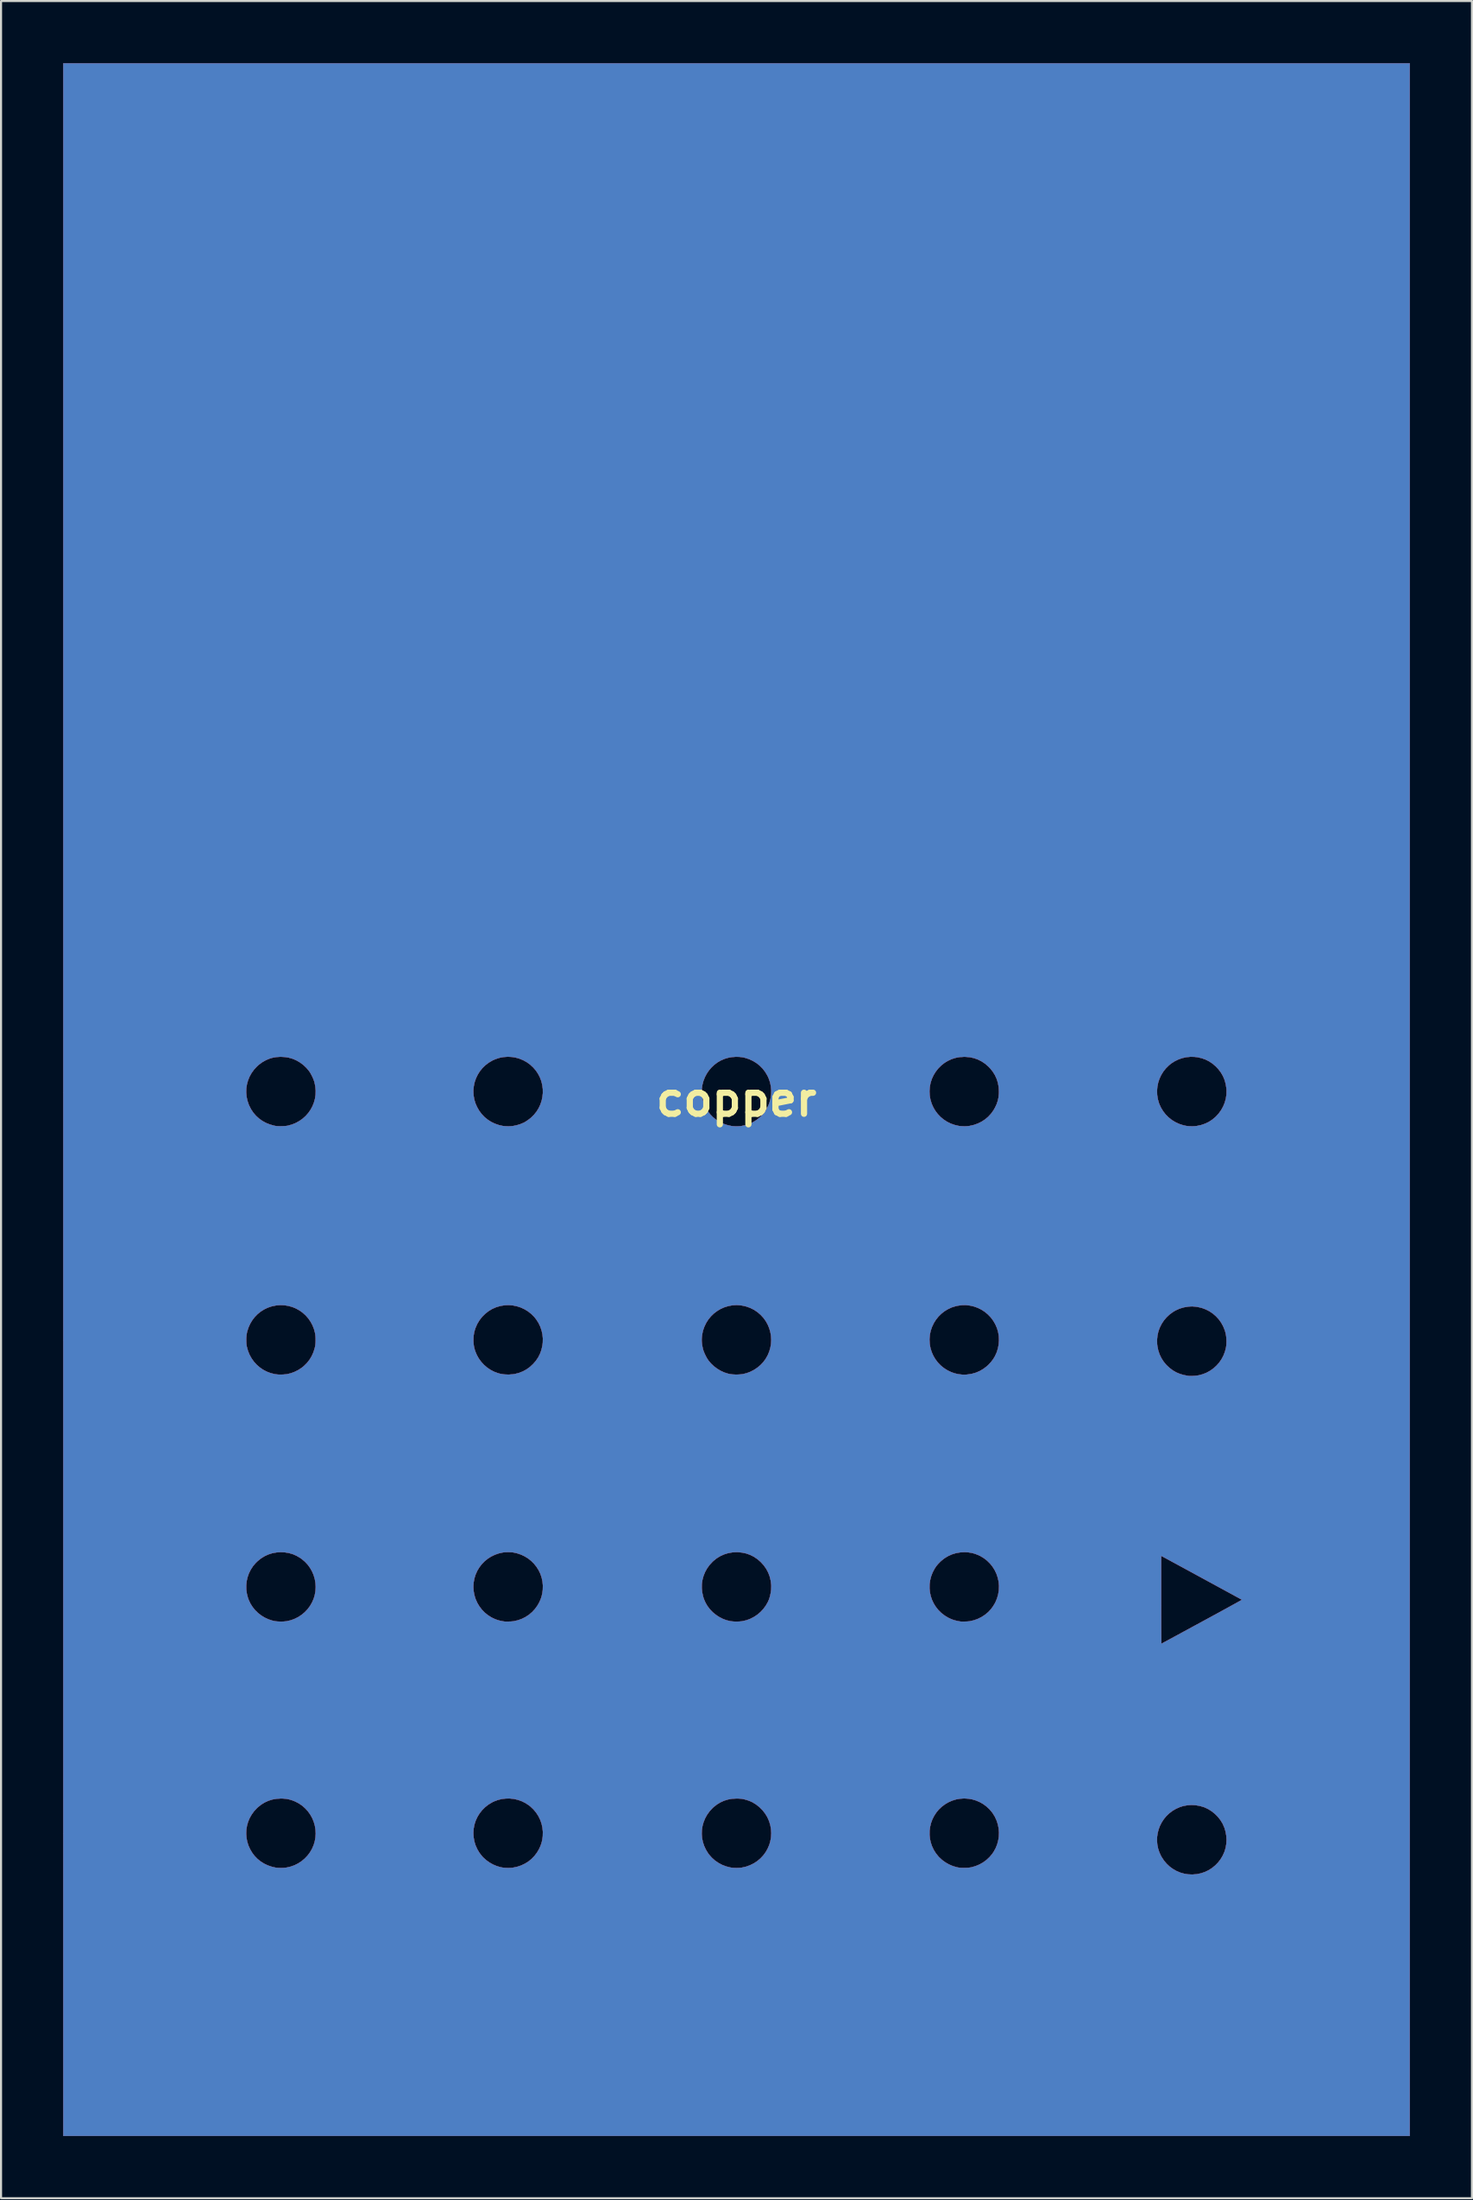
<source format=kicad_pcb>
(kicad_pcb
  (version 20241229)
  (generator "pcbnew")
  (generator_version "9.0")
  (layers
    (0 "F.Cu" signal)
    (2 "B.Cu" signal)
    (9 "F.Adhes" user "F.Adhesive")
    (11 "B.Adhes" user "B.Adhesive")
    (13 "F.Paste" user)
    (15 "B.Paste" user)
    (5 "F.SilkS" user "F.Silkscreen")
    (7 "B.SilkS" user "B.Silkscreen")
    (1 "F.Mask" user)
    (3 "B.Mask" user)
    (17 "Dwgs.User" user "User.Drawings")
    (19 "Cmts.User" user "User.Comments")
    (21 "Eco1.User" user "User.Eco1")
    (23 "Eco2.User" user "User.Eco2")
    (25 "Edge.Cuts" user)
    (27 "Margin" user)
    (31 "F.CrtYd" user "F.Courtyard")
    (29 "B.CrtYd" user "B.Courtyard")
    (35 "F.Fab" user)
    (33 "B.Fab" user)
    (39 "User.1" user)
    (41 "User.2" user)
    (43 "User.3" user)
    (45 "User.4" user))
  (footprint "copper"
    (layer "F.Cu")
    (at 32.504 50.005)
    (property "Reference" "copper" (at 0 0 0) (layer "F.SilkS") (effects (font (size 1.524 1.524) (thickness 0.3))))
    (attr through_hole)
    (fp_poly (pts (xy 32.512 50.013) (xy -32.499 50.013) (xy -32.499 35.43) (xy -23.669 35.43) (xy -23.655 35.622) (xy -23.619 35.812) (xy -23.56 35.999) (xy -23.479 36.179) (xy -23.376 36.353) (xy -23.261 36.504) (xy -23.124 36.645) (xy -22.97 36.769) (xy -22.801 36.875) (xy -22.618 36.961) (xy -22.423 37.027) (xy -22.263 37.064) (xy -22.182 37.074) (xy -22.084 37.08) (xy -21.978 37.082) (xy -21.872 37.079) (xy -21.775 37.071) (xy -21.723 37.065) (xy -21.526 37.02) (xy -21.337 36.953) (xy -21.16 36.865) (xy -20.994 36.757) (xy -20.843 36.631) (xy -20.707 36.489) (xy -20.588 36.331) (xy -20.488 36.16) (xy -20.409 35.977) (xy -20.359 35.815) (xy -20.322 35.616) (xy -20.309 35.418) (xy -20.31 35.401) (xy -12.7 35.401) (xy -12.687 35.607) (xy -12.65 35.808) (xy -12.59 36.002) (xy -12.506 36.186) (xy -12.401 36.36) (xy -12.273 36.521) (xy -12.228 36.571) (xy -12.082 36.704) (xy -11.921 36.82) (xy -11.747 36.918) (xy -11.565 36.994) (xy -11.377 37.048) (xy -11.3 37.063) (xy -11.221 37.073) (xy -11.127 37.079) (xy -11.027 37.082) (xy -10.929 37.081) (xy -10.841 37.076) (xy -10.791 37.07) (xy -10.586 37.027) (xy -10.391 36.962) (xy -10.208 36.875) (xy -10.038 36.769) (xy -9.883 36.643) (xy -9.745 36.498) (xy -9.623 36.337) (xy -9.528 36.174) (xy -9.459 36.025) (xy -9.408 35.88) (xy -9.372 35.732) (xy -9.35 35.572) (xy -9.348 35.546) (xy -9.345 35.437) (xy -1.674 35.437) (xy -1.659 35.63) (xy -1.622 35.821) (xy -1.561 36.008) (xy -1.478 36.19) (xy -1.372 36.364) (xy -1.314 36.443) (xy -1.182 36.592) (xy -1.032 36.725) (xy -0.866 36.839) (xy -0.688 36.934) (xy -0.499 37.007) (xy -0.301 37.058) (xy -0.267 37.064) (xy -0.189 37.074) (xy -0.095 37.08) (xy 0.007 37.082) (xy 0.109 37.08) (xy 0.202 37.074) (xy 0.267 37.066) (xy 0.469 37.02) (xy 0.66 36.951) (xy 0.84 36.862) (xy 1.007 36.753) (xy 1.159 36.626) (xy 1.295 36.482) (xy 1.413 36.323) (xy 1.512 36.149) (xy 1.591 35.963) (xy 1.637 35.808) (xy 1.674 35.609) (xy 1.682 35.478) (xy 9.325 35.478) (xy 9.343 35.665) (xy 9.383 35.85) (xy 9.444 36.031) (xy 9.526 36.206) (xy 9.63 36.373) (xy 9.757 36.531) (xy 9.782 36.558) (xy 9.928 36.694) (xy 10.091 36.813) (xy 10.266 36.913) (xy 10.451 36.992) (xy 10.643 37.048) (xy 10.722 37.064) (xy 10.791 37.072) (xy 10.878 37.077) (xy 10.975 37.079) (xy 11.076 37.077) (xy 11.174 37.073) (xy 11.261 37.065) (xy 11.331 37.055) (xy 11.341 37.053) (xy 11.544 36.995) (xy 11.735 36.916) (xy 11.913 36.816) (xy 12.077 36.696) (xy 12.225 36.557) (xy 12.356 36.401) (xy 12.418 36.31) (xy 12.517 36.134) (xy 12.592 35.949) (xy 12.641 35.771) (xy 20.307 35.771) (xy 20.323 35.96) (xy 20.362 36.149) (xy 20.424 36.335) (xy 20.509 36.516) (xy 20.527 36.547) (xy 20.64 36.721) (xy 20.771 36.876) (xy 20.917 37.014) (xy 21.076 37.131) (xy 21.248 37.229) (xy 21.43 37.306) (xy 21.62 37.36) (xy 21.816 37.392) (xy 22.018 37.4) (xy 22.223 37.384) (xy 22.231 37.383) (xy 22.431 37.341) (xy 22.621 37.277) (xy 22.801 37.191) (xy 22.969 37.084) (xy 23.123 36.958) (xy 23.262 36.815) (xy 23.384 36.655) (xy 23.487 36.48) (xy 23.566 36.301) (xy 23.623 36.115) (xy 23.656 35.922) (xy 23.667 35.725) (xy 23.655 35.527) (xy 23.621 35.332) (xy 23.565 35.142) (xy 23.487 34.961) (xy 23.469 34.927) (xy 23.368 34.764) (xy 23.247 34.612) (xy 23.109 34.473) (xy 22.958 34.351) (xy 22.796 34.248) (xy 22.627 34.166) (xy 22.57 34.144) (xy 22.373 34.086) (xy 22.172 34.052) (xy 21.971 34.042) (xy 21.771 34.055) (xy 21.576 34.091) (xy 21.42 34.14) (xy 21.233 34.221) (xy 21.062 34.321) (xy 20.906 34.438) (xy 20.766 34.57) (xy 20.644 34.716) (xy 20.54 34.873) (xy 20.454 35.04) (xy 20.387 35.215) (xy 20.34 35.397) (xy 20.313 35.582) (xy 20.307 35.771) (xy 12.641 35.771) (xy 12.644 35.758) (xy 12.674 35.564) (xy 12.681 35.367) (xy 12.665 35.171) (xy 12.626 34.978) (xy 12.565 34.79) (xy 12.482 34.609) (xy 12.376 34.437) (xy 12.347 34.398) (xy 12.216 34.243) (xy 12.07 34.108) (xy 11.911 33.992) (xy 11.742 33.897) (xy 11.564 33.823) (xy 11.38 33.769) (xy 11.191 33.737) (xy 10.999 33.726) (xy 10.806 33.738) (xy 10.615 33.771) (xy 10.427 33.828) (xy 10.244 33.907) (xy 10.077 34.005) (xy 9.915 34.126) (xy 9.771 34.263) (xy 9.648 34.413) (xy 9.544 34.573) (xy 9.459 34.744) (xy 9.395 34.921) (xy 9.351 35.104) (xy 9.328 35.29) (xy 9.325 35.478) (xy 1.682 35.478) (xy 1.686 35.408) (xy 1.674 35.206) (xy 1.638 35.008) (xy 1.578 34.815) (xy 1.496 34.63) (xy 1.491 34.621) (xy 1.387 34.452) (xy 1.263 34.294) (xy 1.12 34.151) (xy 0.963 34.025) (xy 0.794 33.92) (xy 0.751 33.897) (xy 0.669 33.861) (xy 0.572 33.824) (xy 0.467 33.791) (xy 0.365 33.764) (xy 0.298 33.75) (xy 0.226 33.74) (xy 0.136 33.733) (xy 0.04 33.73) (xy 0.006 33.73) (xy -0.204 33.741) (xy -0.404 33.777) (xy -0.595 33.835) (xy -0.776 33.917) (xy -0.947 34.023) (xy -1.108 34.151) (xy -1.157 34.197) (xy -1.296 34.349) (xy -1.414 34.513) (xy -1.51 34.686) (xy -1.584 34.867) (xy -1.637 35.054) (xy -1.666 35.244) (xy -1.674 35.437) (xy -9.345 35.437) (xy -9.342 35.344) (xy -9.361 35.144) (xy -9.404 34.949) (xy -9.469 34.761) (xy -9.557 34.582) (xy -9.665 34.414) (xy -9.793 34.259) (xy -9.94 34.119) (xy -10.014 34.06) (xy -10.181 33.95) (xy -10.359 33.861) (xy -10.545 33.795) (xy -10.737 33.75) (xy -10.933 33.729) (xy -11.13 33.73) (xy -11.325 33.753) (xy -11.517 33.8) (xy -11.703 33.87) (xy -11.798 33.917) (xy -11.975 34.024) (xy -12.135 34.15) (xy -12.277 34.292) (xy -12.4 34.448) (xy -12.504 34.617) (xy -12.587 34.797) (xy -12.648 34.987) (xy -12.686 35.184) (xy -12.699 35.387) (xy -12.7 35.401) (xy -20.31 35.401) (xy -20.32 35.223) (xy -20.353 35.032) (xy -20.407 34.847) (xy -20.481 34.67) (xy -20.575 34.502) (xy -20.687 34.346) (xy -20.817 34.204) (xy -20.962 34.076) (xy -21.123 33.966) (xy -21.299 33.874) (xy -21.45 33.815) (xy -21.589 33.774) (xy -21.723 33.747) (xy -21.861 33.733) (xy -21.984 33.729) (xy -22.194 33.741) (xy -22.395 33.776) (xy -22.586 33.834) (xy -22.768 33.916) (xy -22.94 34.021) (xy -23.102 34.15) (xy -23.153 34.198) (xy -23.292 34.348) (xy -23.409 34.511) (xy -23.505 34.683) (xy -23.579 34.863) (xy -23.631 35.049) (xy -23.661 35.238) (xy -23.669 35.43) (xy -32.499 35.43) (xy -32.499 23.438) (xy -23.666 23.438) (xy -23.664 23.637) (xy -23.638 23.836) (xy -23.588 24.034) (xy -23.545 24.154) (xy -23.462 24.329) (xy -23.357 24.494) (xy -23.234 24.645) (xy -23.093 24.782) (xy -22.937 24.903) (xy -22.768 25.005) (xy -22.589 25.087) (xy -22.401 25.148) (xy -22.267 25.177) (xy -22.182 25.187) (xy -22.08 25.193) (xy -21.972 25.195) (xy -21.865 25.192) (xy -21.768 25.184) (xy -21.72 25.178) (xy -21.523 25.133) (xy -21.335 25.066) (xy -21.158 24.978) (xy -20.993 24.869) (xy -20.841 24.743) (xy -20.705 24.6) (xy -20.587 24.443) (xy -20.487 24.271) (xy -20.408 24.088) (xy -20.359 23.928) (xy -20.322 23.729) (xy -20.31 23.53) (xy -20.31 23.514) (xy -12.7 23.514) (xy -12.687 23.717) (xy -12.651 23.915) (xy -12.592 24.106) (xy -12.512 24.287) (xy -12.411 24.457) (xy -12.291 24.615) (xy -12.153 24.758) (xy -11.998 24.884) (xy -11.828 24.991) (xy -11.764 25.024) (xy -11.642 25.079) (xy -11.521 25.123) (xy -11.392 25.157) (xy -11.247 25.185) (xy -11.227 25.188) (xy -11.182 25.193) (xy -11.118 25.195) (xy -11.043 25.195) (xy -10.963 25.193) (xy -10.885 25.19) (xy -10.816 25.185) (xy -10.762 25.179) (xy -10.757 25.178) (xy -10.554 25.132) (xy -10.362 25.064) (xy -10.181 24.974) (xy -10.014 24.864) (xy -9.861 24.734) (xy -9.725 24.587) (xy -9.606 24.423) (xy -9.528 24.287) (xy -9.459 24.138) (xy -9.408 23.994) (xy -9.373 23.847) (xy -9.35 23.687) (xy -9.348 23.658) (xy -9.345 23.578) (xy -1.672 23.578) (xy -1.652 23.78) (xy -1.608 23.983) (xy -1.568 24.108) (xy -1.492 24.282) (xy -1.395 24.447) (xy -1.277 24.601) (xy -1.143 24.741) (xy -0.993 24.865) (xy -0.83 24.973) (xy -0.657 25.062) (xy -0.475 25.13) (xy -0.287 25.175) (xy -0.278 25.176) (xy -0.186 25.187) (xy -0.078 25.194) (xy 0.037 25.195) (xy 0.148 25.191) (xy 0.248 25.182) (xy 0.279 25.177) (xy 0.475 25.133) (xy 0.663 25.065) (xy 0.841 24.975) (xy 1.008 24.865) (xy 1.161 24.735) (xy 1.3 24.588) (xy 1.422 24.423) (xy 1.523 24.247) (xy 1.58 24.114) (xy 1.626 23.964) (xy 1.66 23.805) (xy 1.681 23.645) (xy 1.683 23.587) (xy 9.324 23.587) (xy 9.343 23.777) (xy 9.383 23.963) (xy 9.444 24.143) (xy 9.525 24.316) (xy 9.626 24.479) (xy 9.746 24.631) (xy 9.885 24.77) (xy 10.042 24.894) (xy 10.216 25.001) (xy 10.227 25.007) (xy 10.362 25.071) (xy 10.499 25.121) (xy 10.647 25.16) (xy 10.795 25.188) (xy 10.84 25.193) (xy 10.903 25.195) (xy 10.978 25.195) (xy 11.058 25.193) (xy 11.137 25.19) (xy 11.206 25.185) (xy 11.26 25.179) (xy 11.265 25.178) (xy 11.467 25.132) (xy 11.659 25.064) (xy 11.838 24.975) (xy 12.003 24.867) (xy 12.154 24.742) (xy 12.288 24.599) (xy 12.405 24.442) (xy 12.504 24.271) (xy 12.558 24.143) (xy 20.511 24.143) (xy 20.511 24.427) (xy 20.511 24.692) (xy 20.511 24.939) (xy 20.512 25.167) (xy 20.512 25.375) (xy 20.513 25.562) (xy 20.514 25.729) (xy 20.515 25.874) (xy 20.516 25.997) (xy 20.517 26.097) (xy 20.518 26.174) (xy 20.52 26.227) (xy 20.521 26.256) (xy 20.523 26.261) (xy 20.535 26.255) (xy 20.568 26.237) (xy 20.622 26.208) (xy 20.694 26.169) (xy 20.784 26.121) (xy 20.891 26.063) (xy 21.013 25.997) (xy 21.15 25.923) (xy 21.3 25.842) (xy 21.461 25.754) (xy 21.634 25.66) (xy 21.816 25.562) (xy 22.007 25.458) (xy 22.206 25.35) (xy 22.411 25.239) (xy 22.477 25.203) (xy 22.683 25.091) (xy 22.884 24.982) (xy 23.076 24.877) (xy 23.261 24.777) (xy 23.436 24.681) (xy 23.6 24.591) (xy 23.752 24.508) (xy 23.892 24.431) (xy 24.017 24.362) (xy 24.127 24.301) (xy 24.221 24.249) (xy 24.297 24.207) (xy 24.355 24.174) (xy 24.393 24.152) (xy 24.41 24.141) (xy 24.411 24.14) (xy 24.4 24.134) (xy 24.367 24.116) (xy 24.315 24.087) (xy 24.245 24.048) (xy 24.158 24.001) (xy 24.055 23.945) (xy 23.939 23.881) (xy 23.81 23.811) (xy 23.67 23.735) (xy 23.52 23.653) (xy 23.361 23.567) (xy 23.196 23.477) (xy 23.025 23.384) (xy 22.85 23.289) (xy 22.672 23.192) (xy 22.492 23.094) (xy 22.313 22.997) (xy 22.135 22.9) (xy 21.959 22.804) (xy 21.788 22.711) (xy 21.622 22.621) (xy 21.463 22.535) (xy 21.313 22.453) (xy 21.172 22.377) (xy 21.042 22.307) (xy 20.925 22.243) (xy 20.822 22.187) (xy 20.733 22.139) (xy 20.662 22.101) (xy 20.608 22.072) (xy 20.574 22.054) (xy 20.564 22.049) (xy 20.511 22.021) (xy 20.511 24.143) (xy 12.558 24.143) (xy 12.582 24.088) (xy 12.639 23.894) (xy 12.673 23.69) (xy 12.675 23.665) (xy 12.682 23.464) (xy 12.664 23.267) (xy 12.622 23.075) (xy 12.559 22.889) (xy 12.476 22.713) (xy 12.372 22.547) (xy 12.25 22.394) (xy 12.11 22.256) (xy 11.954 22.134) (xy 11.783 22.031) (xy 11.684 21.984) (xy 11.524 21.921) (xy 11.368 21.878) (xy 11.208 21.853) (xy 11.035 21.843) (xy 11.011 21.843) (xy 10.801 21.854) (xy 10.6 21.889) (xy 10.407 21.948) (xy 10.224 22.03) (xy 10.051 22.134) (xy 9.89 22.262) (xy 9.825 22.323) (xy 9.733 22.419) (xy 9.657 22.511) (xy 9.591 22.607) (xy 9.568 22.644) (xy 9.472 22.826) (xy 9.401 23.013) (xy 9.353 23.203) (xy 9.327 23.395) (xy 9.324 23.587) (xy 1.683 23.587) (xy 1.686 23.489) (xy 1.684 23.425) (xy 1.658 23.215) (xy 1.609 23.014) (xy 1.537 22.825) (xy 1.442 22.647) (xy 1.324 22.48) (xy 1.183 22.324) (xy 1.169 22.31) (xy 1.012 22.175) (xy 0.843 22.062) (xy 0.664 21.972) (xy 0.475 21.905) (xy 0.276 21.862) (xy 0.07 21.843) (xy 0.006 21.842) (xy -0.203 21.854) (xy -0.403 21.89) (xy -0.596 21.95) (xy -0.778 22.033) (xy -0.95 22.138) (xy -1.111 22.267) (xy -1.157 22.31) (xy -1.298 22.464) (xy -1.417 22.629) (xy -1.514 22.805) (xy -1.588 22.989) (xy -1.64 23.181) (xy -1.668 23.377) (xy -1.672 23.578) (xy -9.345 23.578) (xy -9.342 23.456) (xy -9.36 23.258) (xy -9.402 23.067) (xy -9.464 22.884) (xy -9.548 22.711) (xy -9.65 22.549) (xy -9.77 22.399) (xy -9.907 22.263) (xy -10.059 22.143) (xy -10.226 22.041) (xy -10.406 21.957) (xy -10.598 21.893) (xy -10.763 21.857) (xy -10.828 21.849) (xy -10.911 21.845) (xy -11.002 21.843) (xy -11.096 21.844) (xy -11.182 21.847) (xy -11.254 21.854) (xy -11.271 21.856) (xy -11.472 21.901) (xy -11.662 21.967) (xy -11.841 22.054) (xy -12.006 22.159) (xy -12.157 22.282) (xy -12.292 22.421) (xy -12.41 22.574) (xy -12.51 22.74) (xy -12.59 22.917) (xy -12.649 23.105) (xy -12.686 23.3) (xy -12.7 23.503) (xy -12.7 23.514) (xy -20.31 23.514) (xy -20.321 23.333) (xy -20.354 23.139) (xy -20.41 22.951) (xy -20.486 22.771) (xy -20.583 22.601) (xy -20.699 22.443) (xy -20.834 22.299) (xy -20.987 22.171) (xy -21.059 22.12) (xy -21.236 22.017) (xy -21.416 21.938) (xy -21.602 21.884) (xy -21.797 21.852) (xy -21.996 21.843) (xy -22.206 21.855) (xy -22.407 21.892) (xy -22.598 21.952) (xy -22.78 22.036) (xy -22.952 22.143) (xy -23.114 22.273) (xy -23.21 22.366) (xy -23.34 22.52) (xy -23.449 22.687) (xy -23.537 22.864) (xy -23.602 23.05) (xy -23.646 23.242) (xy -23.666 23.438) (xy -32.499 23.438) (xy -32.499 11.644) (xy -23.665 11.644) (xy -23.659 11.775) (xy -23.644 11.895) (xy -23.636 11.934) (xy -23.582 12.131) (xy -23.506 12.318) (xy -23.41 12.492) (xy -23.295 12.653) (xy -23.163 12.798) (xy -23.016 12.927) (xy -22.854 13.039) (xy -22.68 13.131) (xy -22.495 13.202) (xy -22.301 13.251) (xy -22.174 13.27) (xy -22.08 13.277) (xy -21.971 13.277) (xy -21.857 13.272) (xy -21.748 13.261) (xy -21.683 13.252) (xy -21.505 13.209) (xy -21.328 13.143) (xy -21.156 13.057) (xy -20.996 12.954) (xy -20.882 12.863) (xy -20.735 12.717) (xy -20.609 12.558) (xy -20.504 12.384) (xy -20.42 12.197) (xy -20.356 11.994) (xy -20.337 11.911) (xy -20.325 11.833) (xy -20.317 11.738) (xy -20.314 11.633) (xy -20.314 11.59) (xy -12.697 11.59) (xy -12.696 11.659) (xy -12.689 11.779) (xy -12.677 11.884) (xy -12.657 11.982) (xy -12.63 12.083) (xy -12.609 12.148) (xy -12.534 12.329) (xy -12.437 12.501) (xy -12.321 12.66) (xy -12.187 12.805) (xy -12.038 12.934) (xy -11.875 13.045) (xy -11.701 13.136) (xy -11.517 13.205) (xy -11.392 13.239) (xy -11.196 13.269) (xy -10.994 13.277) (xy -10.793 13.262) (xy -10.688 13.245) (xy -10.489 13.193) (xy -10.303 13.119) (xy -10.129 13.024) (xy -9.966 12.906) (xy -9.814 12.765) (xy -9.813 12.764) (xy -9.678 12.608) (xy -9.566 12.442) (xy -9.477 12.265) (xy -9.41 12.077) (xy -9.365 11.876) (xy -9.348 11.741) (xy -9.344 11.601) (xy -1.676 11.601) (xy -1.672 11.696) (xy -1.66 11.804) (xy -1.642 11.915) (xy -1.62 12.02) (xy -1.607 12.071) (xy -1.575 12.164) (xy -1.532 12.268) (xy -1.48 12.375) (xy -1.425 12.477) (xy -1.369 12.565) (xy -1.35 12.593) (xy -1.225 12.741) (xy -1.083 12.875) (xy -0.926 12.993) (xy -0.758 13.094) (xy -0.582 13.174) (xy -0.402 13.231) (xy -0.342 13.245) (xy -0.18 13.269) (xy -0.008 13.277) (xy 0.167 13.27) (xy 0.313 13.252) (xy 0.497 13.207) (xy 0.677 13.139) (xy 0.85 13.05) (xy 1.013 12.942) (xy 1.163 12.817) (xy 1.296 12.676) (xy 1.406 12.53) (xy 1.508 12.353) (xy 1.586 12.17) (xy 1.641 11.982) (xy 1.674 11.792) (xy 1.685 11.6) (xy 1.685 11.598) (xy 9.322 11.598) (xy 9.334 11.8) (xy 9.37 11.997) (xy 9.429 12.187) (xy 9.509 12.368) (xy 9.61 12.538) (xy 9.73 12.695) (xy 9.868 12.837) (xy 10.022 12.963) (xy 10.193 13.07) (xy 10.231 13.09) (xy 10.386 13.162) (xy 10.535 13.214) (xy 10.687 13.25) (xy 10.827 13.27) (xy 10.905 13.278) (xy 10.968 13.281) (xy 11.027 13.281) (xy 11.09 13.278) (xy 11.165 13.271) (xy 11.372 13.238) (xy 11.568 13.182) (xy 11.752 13.103) (xy 11.926 13.001) (xy 12.09 12.877) (xy 12.168 12.805) (xy 12.296 12.668) (xy 12.404 12.525) (xy 12.489 12.382) (xy 12.571 12.202) (xy 12.63 12.012) (xy 12.667 11.817) (xy 12.681 11.619) (xy 12.68 11.595) (xy 20.31 11.595) (xy 20.314 11.799) (xy 20.326 11.906) (xy 20.368 12.107) (xy 20.432 12.3) (xy 20.519 12.481) (xy 20.627 12.65) (xy 20.756 12.805) (xy 20.781 12.83) (xy 20.927 12.965) (xy 21.08 13.078) (xy 21.24 13.17) (xy 21.413 13.242) (xy 21.599 13.297) (xy 21.803 13.335) (xy 21.844 13.34) (xy 21.898 13.343) (xy 21.97 13.343) (xy 22.053 13.34) (xy 22.14 13.334) (xy 22.224 13.325) (xy 22.297 13.315) (xy 22.326 13.31) (xy 22.521 13.257) (xy 22.705 13.183) (xy 22.879 13.087) (xy 23.039 12.973) (xy 23.185 12.84) (xy 23.315 12.692) (xy 23.427 12.53) (xy 23.519 12.355) (xy 23.591 12.169) (xy 23.641 11.973) (xy 23.643 11.959) (xy 23.654 11.88) (xy 23.661 11.786) (xy 23.664 11.683) (xy 23.664 11.665) (xy 23.659 11.513) (xy 23.643 11.376) (xy 23.615 11.244) (xy 23.583 11.136) (xy 23.506 10.946) (xy 23.408 10.768) (xy 23.292 10.606) (xy 23.157 10.459) (xy 23.007 10.33) (xy 22.843 10.219) (xy 22.665 10.128) (xy 22.477 10.058) (xy 22.278 10.011) (xy 22.212 10.001) (xy 22.098 9.988) (xy 21.997 9.983) (xy 21.896 9.987) (xy 21.8 9.996) (xy 21.593 10.032) (xy 21.398 10.091) (xy 21.214 10.173) (xy 21.079 10.252) (xy 20.912 10.376) (xy 20.763 10.516) (xy 20.634 10.67) (xy 20.526 10.837) (xy 20.438 11.014) (xy 20.372 11.201) (xy 20.329 11.395) (xy 20.31 11.595) (xy 12.68 11.595) (xy 12.673 11.421) (xy 12.641 11.226) (xy 12.586 11.037) (xy 12.584 11.031) (xy 12.502 10.843) (xy 12.4 10.669) (xy 12.281 10.511) (xy 12.145 10.37) (xy 11.996 10.246) (xy 11.834 10.141) (xy 11.661 10.055) (xy 11.479 9.989) (xy 11.29 9.944) (xy 11.095 9.922) (xy 10.897 9.923) (xy 10.696 9.948) (xy 10.59 9.971) (xy 10.398 10.031) (xy 10.217 10.114) (xy 10.049 10.216) (xy 9.896 10.336) (xy 9.757 10.473) (xy 9.635 10.625) (xy 9.532 10.79) (xy 9.447 10.967) (xy 9.383 11.153) (xy 9.341 11.347) (xy 9.323 11.548) (xy 9.322 11.598) (xy 1.685 11.598) (xy 1.674 11.41) (xy 1.641 11.222) (xy 1.588 11.039) (xy 1.515 10.863) (xy 1.422 10.696) (xy 1.309 10.539) (xy 1.177 10.395) (xy 1.027 10.265) (xy 0.858 10.151) (xy 0.844 10.143) (xy 0.666 10.054) (xy 0.477 9.987) (xy 0.281 9.942) (xy 0.081 9.921) (xy 0.006 9.919) (xy -0.197 9.931) (xy -0.393 9.967) (xy -0.582 10.026) (xy -0.762 10.106) (xy -0.93 10.206) (xy -1.086 10.324) (xy -1.227 10.46) (xy -1.352 10.612) (xy -1.459 10.779) (xy -1.546 10.96) (xy -1.607 11.132) (xy -1.631 11.229) (xy -1.651 11.338) (xy -1.666 11.45) (xy -1.675 11.554) (xy -1.676 11.601) (xy -9.344 11.601) (xy -9.342 11.542) (xy -9.36 11.344) (xy -9.403 11.149) (xy -9.467 10.96) (xy -9.554 10.78) (xy -9.662 10.611) (xy -9.756 10.493) (xy -9.9 10.348) (xy -10.058 10.224) (xy -10.228 10.12) (xy -10.407 10.037) (xy -10.595 9.976) (xy -10.787 9.936) (xy -10.984 9.92) (xy -11.182 9.927) (xy -11.379 9.958) (xy -11.574 10.013) (xy -11.613 10.027) (xy -11.797 10.109) (xy -11.969 10.213) (xy -12.127 10.338) (xy -12.271 10.48) (xy -12.396 10.638) (xy -12.502 10.811) (xy -12.529 10.864) (xy -12.605 11.042) (xy -12.657 11.219) (xy -12.688 11.4) (xy -12.697 11.59) (xy -20.314 11.59) (xy -20.315 11.525) (xy -20.32 11.421) (xy -20.33 11.33) (xy -20.337 11.288) (xy -20.389 11.088) (xy -20.462 10.9) (xy -20.555 10.726) (xy -20.666 10.565) (xy -20.793 10.42) (xy -20.936 10.29) (xy -21.092 10.179) (xy -21.26 10.085) (xy -21.438 10.012) (xy -21.625 9.959) (xy -21.819 9.928) (xy -22.018 9.92) (xy -22.222 9.936) (xy -22.231 9.938) (xy -22.432 9.979) (xy -22.622 10.043) (xy -22.802 10.129) (xy -22.968 10.234) (xy -23.121 10.358) (xy -23.258 10.499) (xy -23.378 10.656) (xy -23.48 10.828) (xy -23.562 11.013) (xy -23.623 11.21) (xy -23.636 11.268) (xy -23.654 11.381) (xy -23.664 11.51) (xy -23.665 11.644) (xy -32.499 11.644) (xy -32.499 -0.333) (xy -23.668 -0.333) (xy -23.65 -0.135) (xy -23.607 0.063) (xy -23.54 0.258) (xy -23.529 0.283) (xy -23.437 0.467) (xy -23.325 0.635) (xy -23.195 0.787) (xy -23.047 0.921) (xy -22.884 1.037) (xy -22.705 1.134) (xy -22.513 1.21) (xy -22.309 1.266) (xy -22.25 1.277) (xy -22.186 1.285) (xy -22.104 1.289) (xy -22.011 1.29) (xy -21.913 1.288) (xy -21.818 1.284) (xy -21.732 1.276) (xy -21.663 1.266) (xy -21.654 1.264) (xy -21.454 1.208) (xy -21.267 1.131) (xy -21.094 1.035) (xy -20.935 0.922) (xy -20.792 0.793) (xy -20.666 0.649) (xy -20.557 0.493) (xy -20.467 0.326) (xy -20.396 0.149) (xy -20.345 -0.036) (xy -20.316 -0.227) (xy -20.311 -0.387) (xy -12.7 -0.387) (xy -12.688 -0.186) (xy -12.653 0.01) (xy -12.593 0.201) (xy -12.522 0.362) (xy -12.42 0.541) (xy -12.298 0.703) (xy -12.16 0.849) (xy -12.004 0.976) (xy -11.835 1.084) (xy -11.652 1.171) (xy -11.458 1.237) (xy -11.284 1.276) (xy -11.195 1.286) (xy -11.091 1.292) (xy -10.981 1.293) (xy -10.876 1.289) (xy -10.784 1.279) (xy -10.769 1.277) (xy -10.595 1.24) (xy -10.427 1.188) (xy -10.272 1.123) (xy -10.245 1.11) (xy -10.19 1.078) (xy -10.123 1.035) (xy -10.051 0.985) (xy -9.981 0.933) (xy -9.921 0.885) (xy -9.914 0.879) (xy -9.771 0.738) (xy -9.647 0.584) (xy -9.545 0.418) (xy -9.463 0.243) (xy -9.402 0.061) (xy -9.362 -0.127) (xy -9.343 -0.317) (xy -9.343 -0.321) (xy -1.673 -0.321) (xy -1.664 -0.216) (xy -1.628 -0.007) (xy -1.57 0.191) (xy -1.49 0.377) (xy -1.391 0.549) (xy -1.273 0.707) (xy -1.136 0.849) (xy -0.984 0.974) (xy -0.816 1.081) (xy -0.633 1.169) (xy -0.438 1.235) (xy -0.254 1.276) (xy -0.178 1.286) (xy -0.086 1.292) (xy 0.013 1.294) (xy 0.11 1.292) (xy 0.196 1.286) (xy 0.233 1.282) (xy 0.439 1.238) (xy 0.635 1.173) (xy 0.82 1.085) (xy 0.991 0.977) (xy 1.148 0.849) (xy 1.289 0.701) (xy 1.315 0.668) (xy 1.433 0.501) (xy 1.529 0.324) (xy 1.602 0.139) (xy 1.653 -0.053) (xy 1.68 -0.248) (xy 1.684 -0.387) (xy 9.322 -0.387) (xy 9.334 -0.184) (xy 9.37 0.013) (xy 9.428 0.202) (xy 9.507 0.381) (xy 9.606 0.548) (xy 9.723 0.703) (xy 9.857 0.843) (xy 10.008 0.968) (xy 10.172 1.075) (xy 10.35 1.163) (xy 10.54 1.23) (xy 10.738 1.276) (xy 10.827 1.286) (xy 10.931 1.292) (xy 11.041 1.293) (xy 11.146 1.289) (xy 11.238 1.279) (xy 11.253 1.277) (xy 11.459 1.231) (xy 11.653 1.163) (xy 11.836 1.074) (xy 12.004 0.965) (xy 12.158 0.836) (xy 12.295 0.688) (xy 12.414 0.524) (xy 12.494 0.384) (xy 12.569 0.222) (xy 12.623 0.062) (xy 12.658 -0.101) (xy 12.675 -0.274) (xy 12.678 -0.394) (xy 12.677 -0.421) (xy 20.309 -0.421) (xy 20.316 -0.223) (xy 20.346 -0.025) (xy 20.401 0.169) (xy 20.415 0.208) (xy 20.498 0.393) (xy 20.602 0.564) (xy 20.724 0.721) (xy 20.865 0.863) (xy 21.02 0.987) (xy 21.19 1.092) (xy 21.373 1.177) (xy 21.566 1.241) (xy 21.723 1.276) (xy 21.812 1.286) (xy 21.916 1.292) (xy 22.026 1.293) (xy 22.132 1.289) (xy 22.224 1.279) (xy 22.238 1.277) (xy 22.445 1.232) (xy 22.636 1.166) (xy 22.815 1.08) (xy 22.981 0.971) (xy 23.135 0.841) (xy 23.154 0.823) (xy 23.292 0.672) (xy 23.41 0.507) (xy 23.507 0.331) (xy 23.582 0.146) (xy 23.634 -0.045) (xy 23.663 -0.241) (xy 23.667 -0.44) (xy 23.661 -0.535) (xy 23.628 -0.744) (xy 23.574 -0.941) (xy 23.497 -1.126) (xy 23.397 -1.299) (xy 23.275 -1.462) (xy 23.153 -1.591) (xy 22.997 -1.727) (xy 22.83 -1.839) (xy 22.653 -1.928) (xy 22.465 -1.995) (xy 22.265 -2.04) (xy 22.13 -2.057) (xy 21.931 -2.063) (xy 21.732 -2.044) (xy 21.538 -2.002) (xy 21.349 -1.937) (xy 21.169 -1.85) (xy 21 -1.743) (xy 20.882 -1.648) (xy 20.737 -1.504) (xy 20.612 -1.346) (xy 20.508 -1.177) (xy 20.425 -0.997) (xy 20.364 -0.81) (xy 20.325 -0.617) (xy 20.309 -0.421) (xy 12.677 -0.421) (xy 12.666 -0.603) (xy 12.629 -0.803) (xy 12.569 -0.994) (xy 12.486 -1.175) (xy 12.38 -1.346) (xy 12.25 -1.507) (xy 12.168 -1.591) (xy 12.01 -1.728) (xy 11.842 -1.84) (xy 11.663 -1.93) (xy 11.475 -1.997) (xy 11.277 -2.04) (xy 11.069 -2.059) (xy 10.992 -2.06) (xy 10.785 -2.048) (xy 10.584 -2.011) (xy 10.392 -1.95) (xy 10.209 -1.866) (xy 10.037 -1.76) (xy 9.896 -1.648) (xy 9.75 -1.503) (xy 9.624 -1.343) (xy 9.518 -1.171) (xy 9.434 -0.988) (xy 9.373 -0.796) (xy 9.336 -0.598) (xy 9.322 -0.395) (xy 9.322 -0.387) (xy 1.684 -0.387) (xy 1.685 -0.445) (xy 1.666 -0.642) (xy 1.624 -0.837) (xy 1.557 -1.028) (xy 1.502 -1.147) (xy 1.396 -1.326) (xy 1.272 -1.488) (xy 1.13 -1.632) (xy 0.973 -1.757) (xy 0.8 -1.863) (xy 0.614 -1.949) (xy 0.416 -2.013) (xy 0.329 -2.033) (xy 0.157 -2.057) (xy -0.025 -2.062) (xy -0.211 -2.048) (xy -0.394 -2.015) (xy -0.556 -1.968) (xy -0.737 -1.892) (xy -0.905 -1.796) (xy -1.061 -1.681) (xy -1.202 -1.548) (xy -1.327 -1.401) (xy -1.434 -1.242) (xy -1.524 -1.071) (xy -1.594 -0.892) (xy -1.643 -0.705) (xy -1.67 -0.514) (xy -1.673 -0.321) (xy -9.343 -0.321) (xy -9.346 -0.509) (xy -9.371 -0.7) (xy -9.417 -0.888) (xy -9.486 -1.071) (xy -9.578 -1.246) (xy -9.675 -1.391) (xy -9.807 -1.546) (xy -9.954 -1.682) (xy -10.113 -1.798) (xy -10.284 -1.893) (xy -10.464 -1.968) (xy -10.65 -2.022) (xy -10.841 -2.054) (xy -11.036 -2.064) (xy -11.231 -2.051) (xy -11.425 -2.015) (xy -11.615 -1.955) (xy -11.776 -1.885) (xy -11.952 -1.782) (xy -12.113 -1.66) (xy -12.257 -1.521) (xy -12.383 -1.368) (xy -12.489 -1.2) (xy -12.575 -1.021) (xy -12.639 -0.833) (xy -12.681 -0.636) (xy -12.699 -0.433) (xy -12.7 -0.387) (xy -20.311 -0.387) (xy -20.31 -0.423) (xy -20.327 -0.622) (xy -20.367 -0.823) (xy -20.377 -0.857) (xy -20.409 -0.95) (xy -20.452 -1.054) (xy -20.504 -1.161) (xy -20.559 -1.263) (xy -20.614 -1.351) (xy -20.634 -1.378) (xy -20.758 -1.526) (xy -20.899 -1.66) (xy -21.054 -1.778) (xy -21.219 -1.877) (xy -21.39 -1.954) (xy -21.428 -1.968) (xy -21.616 -2.021) (xy -21.811 -2.052) (xy -22.009 -2.062) (xy -22.204 -2.05) (xy -22.394 -2.016) (xy -22.522 -1.979) (xy -22.711 -1.902) (xy -22.889 -1.802) (xy -23.055 -1.68) (xy -23.153 -1.591) (xy -23.293 -1.439) (xy -23.412 -1.274) (xy -23.508 -1.099) (xy -23.582 -0.916) (xy -23.634 -0.726) (xy -23.663 -0.531) (xy -23.668 -0.333) (xy -32.499 -0.333) (xy -32.499 -50) (xy 32.512 -50) (xy 32.512 50.013)) (stroke (width 0.01) (type solid)) (fill yes) (layer "F.Cu"))
    (fp_poly (pts (xy 32.512 50.013) (xy -32.499 50.013) (xy -32.499 35.43) (xy -23.669 35.43) (xy -23.655 35.622) (xy -23.619 35.812) (xy -23.56 35.999) (xy -23.479 36.179) (xy -23.376 36.353) (xy -23.261 36.504) (xy -23.124 36.645) (xy -22.97 36.769) (xy -22.801 36.875) (xy -22.618 36.961) (xy -22.423 37.027) (xy -22.263 37.064) (xy -22.182 37.074) (xy -22.084 37.08) (xy -21.978 37.082) (xy -21.872 37.079) (xy -21.775 37.071) (xy -21.723 37.065) (xy -21.526 37.02) (xy -21.337 36.953) (xy -21.16 36.865) (xy -20.994 36.757) (xy -20.843 36.631) (xy -20.707 36.489) (xy -20.588 36.331) (xy -20.488 36.16) (xy -20.409 35.977) (xy -20.359 35.815) (xy -20.322 35.616) (xy -20.309 35.418) (xy -20.31 35.401) (xy -12.7 35.401) (xy -12.687 35.607) (xy -12.65 35.808) (xy -12.59 36.002) (xy -12.506 36.186) (xy -12.401 36.36) (xy -12.273 36.521) (xy -12.228 36.571) (xy -12.082 36.704) (xy -11.921 36.82) (xy -11.747 36.918) (xy -11.565 36.994) (xy -11.377 37.048) (xy -11.3 37.063) (xy -11.221 37.073) (xy -11.127 37.079) (xy -11.027 37.082) (xy -10.929 37.081) (xy -10.841 37.076) (xy -10.791 37.07) (xy -10.586 37.027) (xy -10.391 36.962) (xy -10.208 36.875) (xy -10.038 36.769) (xy -9.883 36.643) (xy -9.745 36.498) (xy -9.623 36.337) (xy -9.528 36.174) (xy -9.459 36.025) (xy -9.408 35.88) (xy -9.372 35.732) (xy -9.35 35.572) (xy -9.348 35.546) (xy -9.345 35.437) (xy -1.674 35.437) (xy -1.659 35.63) (xy -1.622 35.821) (xy -1.561 36.008) (xy -1.478 36.19) (xy -1.372 36.364) (xy -1.314 36.443) (xy -1.182 36.592) (xy -1.032 36.725) (xy -0.866 36.839) (xy -0.688 36.934) (xy -0.499 37.007) (xy -0.301 37.058) (xy -0.267 37.064) (xy -0.189 37.074) (xy -0.095 37.08) (xy 0.007 37.082) (xy 0.109 37.08) (xy 0.202 37.074) (xy 0.267 37.066) (xy 0.469 37.02) (xy 0.66 36.951) (xy 0.84 36.862) (xy 1.007 36.753) (xy 1.159 36.626) (xy 1.295 36.482) (xy 1.413 36.323) (xy 1.512 36.149) (xy 1.591 35.963) (xy 1.637 35.808) (xy 1.674 35.609) (xy 1.682 35.478) (xy 9.325 35.478) (xy 9.343 35.665) (xy 9.383 35.85) (xy 9.444 36.031) (xy 9.526 36.206) (xy 9.63 36.373) (xy 9.757 36.531) (xy 9.782 36.558) (xy 9.928 36.694) (xy 10.091 36.813) (xy 10.266 36.913) (xy 10.451 36.992) (xy 10.643 37.048) (xy 10.722 37.064) (xy 10.791 37.072) (xy 10.878 37.077) (xy 10.975 37.079) (xy 11.076 37.077) (xy 11.174 37.073) (xy 11.261 37.065) (xy 11.331 37.055) (xy 11.341 37.053) (xy 11.544 36.995) (xy 11.735 36.916) (xy 11.913 36.816) (xy 12.077 36.696) (xy 12.225 36.557) (xy 12.356 36.401) (xy 12.418 36.31) (xy 12.517 36.134) (xy 12.592 35.949) (xy 12.641 35.771) (xy 20.307 35.771) (xy 20.323 35.96) (xy 20.362 36.149) (xy 20.424 36.335) (xy 20.509 36.516) (xy 20.527 36.547) (xy 20.64 36.721) (xy 20.771 36.876) (xy 20.917 37.014) (xy 21.076 37.131) (xy 21.248 37.229) (xy 21.43 37.306) (xy 21.62 37.36) (xy 21.816 37.392) (xy 22.018 37.4) (xy 22.223 37.384) (xy 22.231 37.383) (xy 22.431 37.341) (xy 22.621 37.277) (xy 22.801 37.191) (xy 22.969 37.084) (xy 23.123 36.958) (xy 23.262 36.815) (xy 23.384 36.655) (xy 23.487 36.48) (xy 23.566 36.301) (xy 23.623 36.115) (xy 23.656 35.922) (xy 23.667 35.725) (xy 23.655 35.527) (xy 23.621 35.332) (xy 23.565 35.142) (xy 23.487 34.961) (xy 23.469 34.927) (xy 23.368 34.764) (xy 23.247 34.612) (xy 23.109 34.473) (xy 22.958 34.351) (xy 22.796 34.248) (xy 22.627 34.166) (xy 22.57 34.144) (xy 22.373 34.086) (xy 22.172 34.052) (xy 21.971 34.042) (xy 21.771 34.055) (xy 21.576 34.091) (xy 21.42 34.14) (xy 21.233 34.221) (xy 21.062 34.321) (xy 20.906 34.438) (xy 20.766 34.57) (xy 20.644 34.716) (xy 20.54 34.873) (xy 20.454 35.04) (xy 20.387 35.215) (xy 20.34 35.397) (xy 20.313 35.582) (xy 20.307 35.771) (xy 12.641 35.771) (xy 12.644 35.758) (xy 12.674 35.564) (xy 12.681 35.367) (xy 12.665 35.171) (xy 12.626 34.978) (xy 12.565 34.79) (xy 12.482 34.609) (xy 12.376 34.437) (xy 12.347 34.398) (xy 12.216 34.243) (xy 12.07 34.108) (xy 11.911 33.992) (xy 11.742 33.897) (xy 11.564 33.823) (xy 11.38 33.769) (xy 11.191 33.737) (xy 10.999 33.726) (xy 10.806 33.738) (xy 10.615 33.771) (xy 10.427 33.828) (xy 10.244 33.907) (xy 10.077 34.005) (xy 9.915 34.126) (xy 9.771 34.263) (xy 9.648 34.413) (xy 9.544 34.573) (xy 9.459 34.744) (xy 9.395 34.921) (xy 9.351 35.104) (xy 9.328 35.29) (xy 9.325 35.478) (xy 1.682 35.478) (xy 1.686 35.408) (xy 1.674 35.206) (xy 1.638 35.008) (xy 1.578 34.815) (xy 1.496 34.63) (xy 1.491 34.621) (xy 1.387 34.452) (xy 1.263 34.294) (xy 1.12 34.151) (xy 0.963 34.025) (xy 0.794 33.92) (xy 0.751 33.897) (xy 0.669 33.861) (xy 0.572 33.824) (xy 0.467 33.791) (xy 0.365 33.764) (xy 0.298 33.75) (xy 0.226 33.74) (xy 0.136 33.733) (xy 0.04 33.73) (xy 0.006 33.73) (xy -0.204 33.741) (xy -0.404 33.777) (xy -0.595 33.835) (xy -0.776 33.917) (xy -0.947 34.023) (xy -1.108 34.151) (xy -1.157 34.197) (xy -1.296 34.349) (xy -1.414 34.513) (xy -1.51 34.686) (xy -1.584 34.867) (xy -1.637 35.054) (xy -1.666 35.244) (xy -1.674 35.437) (xy -9.345 35.437) (xy -9.342 35.344) (xy -9.361 35.144) (xy -9.404 34.949) (xy -9.469 34.761) (xy -9.557 34.582) (xy -9.665 34.414) (xy -9.793 34.259) (xy -9.94 34.119) (xy -10.014 34.06) (xy -10.181 33.95) (xy -10.359 33.861) (xy -10.545 33.795) (xy -10.737 33.75) (xy -10.933 33.729) (xy -11.13 33.73) (xy -11.325 33.753) (xy -11.517 33.8) (xy -11.703 33.87) (xy -11.798 33.917) (xy -11.975 34.024) (xy -12.135 34.15) (xy -12.277 34.292) (xy -12.4 34.448) (xy -12.504 34.617) (xy -12.587 34.797) (xy -12.648 34.987) (xy -12.686 35.184) (xy -12.699 35.387) (xy -12.7 35.401) (xy -20.31 35.401) (xy -20.32 35.223) (xy -20.353 35.032) (xy -20.407 34.847) (xy -20.481 34.67) (xy -20.575 34.502) (xy -20.687 34.346) (xy -20.817 34.204) (xy -20.962 34.076) (xy -21.123 33.966) (xy -21.299 33.874) (xy -21.45 33.815) (xy -21.589 33.774) (xy -21.723 33.747) (xy -21.861 33.733) (xy -21.984 33.729) (xy -22.194 33.741) (xy -22.395 33.776) (xy -22.586 33.834) (xy -22.768 33.916) (xy -22.94 34.021) (xy -23.102 34.15) (xy -23.153 34.198) (xy -23.292 34.348) (xy -23.409 34.511) (xy -23.505 34.683) (xy -23.579 34.863) (xy -23.631 35.049) (xy -23.661 35.238) (xy -23.669 35.43) (xy -32.499 35.43) (xy -32.499 23.438) (xy -23.666 23.438) (xy -23.664 23.637) (xy -23.638 23.836) (xy -23.588 24.034) (xy -23.545 24.154) (xy -23.462 24.329) (xy -23.357 24.494) (xy -23.234 24.645) (xy -23.093 24.782) (xy -22.937 24.903) (xy -22.768 25.005) (xy -22.589 25.087) (xy -22.401 25.148) (xy -22.267 25.177) (xy -22.182 25.187) (xy -22.08 25.193) (xy -21.972 25.195) (xy -21.865 25.192) (xy -21.768 25.184) (xy -21.72 25.178) (xy -21.523 25.133) (xy -21.335 25.066) (xy -21.158 24.978) (xy -20.993 24.869) (xy -20.841 24.743) (xy -20.705 24.6) (xy -20.587 24.443) (xy -20.487 24.271) (xy -20.408 24.088) (xy -20.359 23.928) (xy -20.322 23.729) (xy -20.31 23.53) (xy -20.31 23.514) (xy -12.7 23.514) (xy -12.687 23.717) (xy -12.651 23.915) (xy -12.592 24.106) (xy -12.512 24.287) (xy -12.411 24.457) (xy -12.291 24.615) (xy -12.153 24.758) (xy -11.998 24.884) (xy -11.828 24.991) (xy -11.764 25.024) (xy -11.642 25.079) (xy -11.521 25.123) (xy -11.392 25.157) (xy -11.247 25.185) (xy -11.227 25.188) (xy -11.182 25.193) (xy -11.118 25.195) (xy -11.043 25.195) (xy -10.963 25.193) (xy -10.885 25.19) (xy -10.816 25.185) (xy -10.762 25.179) (xy -10.757 25.178) (xy -10.554 25.132) (xy -10.362 25.064) (xy -10.181 24.974) (xy -10.014 24.864) (xy -9.861 24.734) (xy -9.725 24.587) (xy -9.606 24.423) (xy -9.528 24.287) (xy -9.459 24.138) (xy -9.408 23.994) (xy -9.373 23.847) (xy -9.35 23.687) (xy -9.348 23.658) (xy -9.345 23.578) (xy -1.672 23.578) (xy -1.652 23.78) (xy -1.608 23.983) (xy -1.568 24.108) (xy -1.492 24.282) (xy -1.395 24.447) (xy -1.277 24.601) (xy -1.143 24.741) (xy -0.993 24.865) (xy -0.83 24.973) (xy -0.657 25.062) (xy -0.475 25.13) (xy -0.287 25.175) (xy -0.278 25.176) (xy -0.186 25.187) (xy -0.078 25.194) (xy 0.037 25.195) (xy 0.148 25.191) (xy 0.248 25.182) (xy 0.279 25.177) (xy 0.475 25.133) (xy 0.663 25.065) (xy 0.841 24.975) (xy 1.008 24.865) (xy 1.161 24.735) (xy 1.3 24.588) (xy 1.422 24.423) (xy 1.523 24.247) (xy 1.58 24.114) (xy 1.626 23.964) (xy 1.66 23.805) (xy 1.681 23.645) (xy 1.683 23.587) (xy 9.324 23.587) (xy 9.343 23.777) (xy 9.383 23.963) (xy 9.444 24.143) (xy 9.525 24.316) (xy 9.626 24.479) (xy 9.746 24.631) (xy 9.885 24.77) (xy 10.042 24.894) (xy 10.216 25.001) (xy 10.227 25.007) (xy 10.362 25.071) (xy 10.499 25.121) (xy 10.647 25.16) (xy 10.795 25.188) (xy 10.84 25.193) (xy 10.903 25.195) (xy 10.978 25.195) (xy 11.058 25.193) (xy 11.137 25.19) (xy 11.206 25.185) (xy 11.26 25.179) (xy 11.265 25.178) (xy 11.467 25.132) (xy 11.659 25.064) (xy 11.838 24.975) (xy 12.003 24.867) (xy 12.154 24.742) (xy 12.288 24.599) (xy 12.405 24.442) (xy 12.504 24.271) (xy 12.558 24.143) (xy 20.511 24.143) (xy 20.511 24.427) (xy 20.511 24.692) (xy 20.511 24.939) (xy 20.512 25.167) (xy 20.512 25.375) (xy 20.513 25.562) (xy 20.514 25.729) (xy 20.515 25.874) (xy 20.516 25.997) (xy 20.517 26.097) (xy 20.518 26.174) (xy 20.52 26.227) (xy 20.521 26.256) (xy 20.523 26.261) (xy 20.535 26.255) (xy 20.568 26.237) (xy 20.622 26.208) (xy 20.694 26.169) (xy 20.784 26.121) (xy 20.891 26.063) (xy 21.013 25.997) (xy 21.15 25.923) (xy 21.3 25.842) (xy 21.461 25.754) (xy 21.634 25.66) (xy 21.816 25.562) (xy 22.007 25.458) (xy 22.206 25.35) (xy 22.411 25.239) (xy 22.477 25.203) (xy 22.683 25.091) (xy 22.884 24.982) (xy 23.076 24.877) (xy 23.261 24.777) (xy 23.436 24.681) (xy 23.6 24.591) (xy 23.752 24.508) (xy 23.892 24.431) (xy 24.017 24.362) (xy 24.127 24.301) (xy 24.221 24.249) (xy 24.297 24.207) (xy 24.355 24.174) (xy 24.393 24.152) (xy 24.41 24.141) (xy 24.411 24.14) (xy 24.4 24.134) (xy 24.367 24.116) (xy 24.315 24.087) (xy 24.245 24.048) (xy 24.158 24.001) (xy 24.055 23.945) (xy 23.939 23.881) (xy 23.81 23.811) (xy 23.67 23.735) (xy 23.52 23.653) (xy 23.361 23.567) (xy 23.196 23.477) (xy 23.025 23.384) (xy 22.85 23.289) (xy 22.672 23.192) (xy 22.492 23.094) (xy 22.313 22.997) (xy 22.135 22.9) (xy 21.959 22.804) (xy 21.788 22.711) (xy 21.622 22.621) (xy 21.463 22.535) (xy 21.313 22.453) (xy 21.172 22.377) (xy 21.042 22.307) (xy 20.925 22.243) (xy 20.822 22.187) (xy 20.733 22.139) (xy 20.662 22.101) (xy 20.608 22.072) (xy 20.574 22.054) (xy 20.564 22.049) (xy 20.511 22.021) (xy 20.511 24.143) (xy 12.558 24.143) (xy 12.582 24.088) (xy 12.639 23.894) (xy 12.673 23.69) (xy 12.675 23.665) (xy 12.682 23.464) (xy 12.664 23.267) (xy 12.622 23.075) (xy 12.559 22.889) (xy 12.476 22.713) (xy 12.372 22.547) (xy 12.25 22.394) (xy 12.11 22.256) (xy 11.954 22.134) (xy 11.783 22.031) (xy 11.684 21.984) (xy 11.524 21.921) (xy 11.368 21.878) (xy 11.208 21.853) (xy 11.035 21.843) (xy 11.011 21.843) (xy 10.801 21.854) (xy 10.6 21.889) (xy 10.407 21.948) (xy 10.224 22.03) (xy 10.051 22.134) (xy 9.89 22.262) (xy 9.825 22.323) (xy 9.733 22.419) (xy 9.657 22.511) (xy 9.591 22.607) (xy 9.568 22.644) (xy 9.472 22.826) (xy 9.401 23.013) (xy 9.353 23.203) (xy 9.327 23.395) (xy 9.324 23.587) (xy 1.683 23.587) (xy 1.686 23.489) (xy 1.684 23.425) (xy 1.658 23.215) (xy 1.609 23.014) (xy 1.537 22.825) (xy 1.442 22.647) (xy 1.324 22.48) (xy 1.183 22.324) (xy 1.169 22.31) (xy 1.012 22.175) (xy 0.843 22.062) (xy 0.664 21.972) (xy 0.475 21.905) (xy 0.276 21.862) (xy 0.07 21.843) (xy 0.006 21.842) (xy -0.203 21.854) (xy -0.403 21.89) (xy -0.596 21.95) (xy -0.778 22.033) (xy -0.95 22.138) (xy -1.111 22.267) (xy -1.157 22.31) (xy -1.298 22.464) (xy -1.417 22.629) (xy -1.514 22.805) (xy -1.588 22.989) (xy -1.64 23.181) (xy -1.668 23.377) (xy -1.672 23.578) (xy -9.345 23.578) (xy -9.342 23.456) (xy -9.36 23.258) (xy -9.402 23.067) (xy -9.464 22.884) (xy -9.548 22.711) (xy -9.65 22.549) (xy -9.77 22.399) (xy -9.907 22.263) (xy -10.059 22.143) (xy -10.226 22.041) (xy -10.406 21.957) (xy -10.598 21.893) (xy -10.763 21.857) (xy -10.828 21.849) (xy -10.911 21.845) (xy -11.002 21.843) (xy -11.096 21.844) (xy -11.182 21.847) (xy -11.254 21.854) (xy -11.271 21.856) (xy -11.472 21.901) (xy -11.662 21.967) (xy -11.841 22.054) (xy -12.006 22.159) (xy -12.157 22.282) (xy -12.292 22.421) (xy -12.41 22.574) (xy -12.51 22.74) (xy -12.59 22.917) (xy -12.649 23.105) (xy -12.686 23.3) (xy -12.7 23.503) (xy -12.7 23.514) (xy -20.31 23.514) (xy -20.321 23.333) (xy -20.354 23.139) (xy -20.41 22.951) (xy -20.486 22.771) (xy -20.583 22.601) (xy -20.699 22.443) (xy -20.834 22.299) (xy -20.987 22.171) (xy -21.059 22.12) (xy -21.236 22.017) (xy -21.416 21.938) (xy -21.602 21.884) (xy -21.797 21.852) (xy -21.996 21.843) (xy -22.206 21.855) (xy -22.407 21.892) (xy -22.598 21.952) (xy -22.78 22.036) (xy -22.952 22.143) (xy -23.114 22.273) (xy -23.21 22.366) (xy -23.34 22.52) (xy -23.449 22.687) (xy -23.537 22.864) (xy -23.602 23.05) (xy -23.646 23.242) (xy -23.666 23.438) (xy -32.499 23.438) (xy -32.499 11.644) (xy -23.665 11.644) (xy -23.659 11.775) (xy -23.644 11.895) (xy -23.636 11.934) (xy -23.582 12.131) (xy -23.506 12.318) (xy -23.41 12.492) (xy -23.295 12.653) (xy -23.163 12.798) (xy -23.016 12.927) (xy -22.854 13.039) (xy -22.68 13.131) (xy -22.495 13.202) (xy -22.301 13.251) (xy -22.174 13.27) (xy -22.08 13.277) (xy -21.971 13.277) (xy -21.857 13.272) (xy -21.748 13.261) (xy -21.683 13.252) (xy -21.505 13.209) (xy -21.328 13.143) (xy -21.156 13.057) (xy -20.996 12.954) (xy -20.882 12.863) (xy -20.735 12.717) (xy -20.609 12.558) (xy -20.504 12.384) (xy -20.42 12.197) (xy -20.356 11.994) (xy -20.337 11.911) (xy -20.325 11.833) (xy -20.317 11.738) (xy -20.314 11.633) (xy -20.314 11.59) (xy -12.697 11.59) (xy -12.696 11.659) (xy -12.689 11.779) (xy -12.677 11.884) (xy -12.657 11.982) (xy -12.63 12.083) (xy -12.609 12.148) (xy -12.534 12.329) (xy -12.437 12.501) (xy -12.321 12.66) (xy -12.187 12.805) (xy -12.038 12.934) (xy -11.875 13.045) (xy -11.701 13.136) (xy -11.517 13.205) (xy -11.392 13.239) (xy -11.196 13.269) (xy -10.994 13.277) (xy -10.793 13.262) (xy -10.688 13.245) (xy -10.489 13.193) (xy -10.303 13.119) (xy -10.129 13.024) (xy -9.966 12.906) (xy -9.814 12.765) (xy -9.813 12.764) (xy -9.678 12.608) (xy -9.566 12.442) (xy -9.477 12.265) (xy -9.41 12.077) (xy -9.365 11.876) (xy -9.348 11.741) (xy -9.344 11.601) (xy -1.676 11.601) (xy -1.672 11.696) (xy -1.66 11.804) (xy -1.642 11.915) (xy -1.62 12.02) (xy -1.607 12.071) (xy -1.575 12.164) (xy -1.532 12.268) (xy -1.48 12.375) (xy -1.425 12.477) (xy -1.369 12.565) (xy -1.35 12.593) (xy -1.225 12.741) (xy -1.083 12.875) (xy -0.926 12.993) (xy -0.758 13.094) (xy -0.582 13.174) (xy -0.402 13.231) (xy -0.342 13.245) (xy -0.18 13.269) (xy -0.008 13.277) (xy 0.167 13.27) (xy 0.313 13.252) (xy 0.497 13.207) (xy 0.677 13.139) (xy 0.85 13.05) (xy 1.013 12.942) (xy 1.163 12.817) (xy 1.296 12.676) (xy 1.406 12.53) (xy 1.508 12.353) (xy 1.586 12.17) (xy 1.641 11.982) (xy 1.674 11.792) (xy 1.685 11.6) (xy 1.685 11.598) (xy 9.322 11.598) (xy 9.334 11.8) (xy 9.37 11.997) (xy 9.429 12.187) (xy 9.509 12.368) (xy 9.61 12.538) (xy 9.73 12.695) (xy 9.868 12.837) (xy 10.022 12.963) (xy 10.193 13.07) (xy 10.231 13.09) (xy 10.386 13.162) (xy 10.535 13.214) (xy 10.687 13.25) (xy 10.827 13.27) (xy 10.905 13.278) (xy 10.968 13.281) (xy 11.027 13.281) (xy 11.09 13.278) (xy 11.165 13.271) (xy 11.372 13.238) (xy 11.568 13.182) (xy 11.752 13.103) (xy 11.926 13.001) (xy 12.09 12.877) (xy 12.168 12.805) (xy 12.296 12.668) (xy 12.404 12.525) (xy 12.489 12.382) (xy 12.571 12.202) (xy 12.63 12.012) (xy 12.667 11.817) (xy 12.681 11.619) (xy 12.68 11.595) (xy 20.31 11.595) (xy 20.314 11.799) (xy 20.326 11.906) (xy 20.368 12.107) (xy 20.432 12.3) (xy 20.519 12.481) (xy 20.627 12.65) (xy 20.756 12.805) (xy 20.781 12.83) (xy 20.927 12.965) (xy 21.08 13.078) (xy 21.24 13.17) (xy 21.413 13.242) (xy 21.599 13.297) (xy 21.803 13.335) (xy 21.844 13.34) (xy 21.898 13.343) (xy 21.97 13.343) (xy 22.053 13.34) (xy 22.14 13.334) (xy 22.224 13.325) (xy 22.297 13.315) (xy 22.326 13.31) (xy 22.521 13.257) (xy 22.705 13.183) (xy 22.879 13.087) (xy 23.039 12.973) (xy 23.185 12.84) (xy 23.315 12.692) (xy 23.427 12.53) (xy 23.519 12.355) (xy 23.591 12.169) (xy 23.641 11.973) (xy 23.643 11.959) (xy 23.654 11.88) (xy 23.661 11.786) (xy 23.664 11.683) (xy 23.664 11.665) (xy 23.659 11.513) (xy 23.643 11.376) (xy 23.615 11.244) (xy 23.583 11.136) (xy 23.506 10.946) (xy 23.408 10.768) (xy 23.292 10.606) (xy 23.157 10.459) (xy 23.007 10.33) (xy 22.843 10.219) (xy 22.665 10.128) (xy 22.477 10.058) (xy 22.278 10.011) (xy 22.212 10.001) (xy 22.098 9.988) (xy 21.997 9.983) (xy 21.896 9.987) (xy 21.8 9.996) (xy 21.593 10.032) (xy 21.398 10.091) (xy 21.214 10.173) (xy 21.079 10.252) (xy 20.912 10.376) (xy 20.763 10.516) (xy 20.634 10.67) (xy 20.526 10.837) (xy 20.438 11.014) (xy 20.372 11.201) (xy 20.329 11.395) (xy 20.31 11.595) (xy 12.68 11.595) (xy 12.673 11.421) (xy 12.641 11.226) (xy 12.586 11.037) (xy 12.584 11.031) (xy 12.502 10.843) (xy 12.4 10.669) (xy 12.281 10.511) (xy 12.145 10.37) (xy 11.996 10.246) (xy 11.834 10.141) (xy 11.661 10.055) (xy 11.479 9.989) (xy 11.29 9.944) (xy 11.095 9.922) (xy 10.897 9.923) (xy 10.696 9.948) (xy 10.59 9.971) (xy 10.398 10.031) (xy 10.217 10.114) (xy 10.049 10.216) (xy 9.896 10.336) (xy 9.757 10.473) (xy 9.635 10.625) (xy 9.532 10.79) (xy 9.447 10.967) (xy 9.383 11.153) (xy 9.341 11.347) (xy 9.323 11.548) (xy 9.322 11.598) (xy 1.685 11.598) (xy 1.674 11.41) (xy 1.641 11.222) (xy 1.588 11.039) (xy 1.515 10.863) (xy 1.422 10.696) (xy 1.309 10.539) (xy 1.177 10.395) (xy 1.027 10.265) (xy 0.858 10.151) (xy 0.844 10.143) (xy 0.666 10.054) (xy 0.477 9.987) (xy 0.281 9.942) (xy 0.081 9.921) (xy 0.006 9.919) (xy -0.197 9.931) (xy -0.393 9.967) (xy -0.582 10.026) (xy -0.762 10.106) (xy -0.93 10.206) (xy -1.086 10.324) (xy -1.227 10.46) (xy -1.352 10.612) (xy -1.459 10.779) (xy -1.546 10.96) (xy -1.607 11.132) (xy -1.631 11.229) (xy -1.651 11.338) (xy -1.666 11.45) (xy -1.675 11.554) (xy -1.676 11.601) (xy -9.344 11.601) (xy -9.342 11.542) (xy -9.36 11.344) (xy -9.403 11.149) (xy -9.467 10.96) (xy -9.554 10.78) (xy -9.662 10.611) (xy -9.756 10.493) (xy -9.9 10.348) (xy -10.058 10.224) (xy -10.228 10.12) (xy -10.407 10.037) (xy -10.595 9.976) (xy -10.787 9.936) (xy -10.984 9.92) (xy -11.182 9.927) (xy -11.379 9.958) (xy -11.574 10.013) (xy -11.613 10.027) (xy -11.797 10.109) (xy -11.969 10.213) (xy -12.127 10.338) (xy -12.271 10.48) (xy -12.396 10.638) (xy -12.502 10.811) (xy -12.529 10.864) (xy -12.605 11.042) (xy -12.657 11.219) (xy -12.688 11.4) (xy -12.697 11.59) (xy -20.314 11.59) (xy -20.315 11.525) (xy -20.32 11.421) (xy -20.33 11.33) (xy -20.337 11.288) (xy -20.389 11.088) (xy -20.462 10.9) (xy -20.555 10.726) (xy -20.666 10.565) (xy -20.793 10.42) (xy -20.936 10.29) (xy -21.092 10.179) (xy -21.26 10.085) (xy -21.438 10.012) (xy -21.625 9.959) (xy -21.819 9.928) (xy -22.018 9.92) (xy -22.222 9.936) (xy -22.231 9.938) (xy -22.432 9.979) (xy -22.622 10.043) (xy -22.802 10.129) (xy -22.968 10.234) (xy -23.121 10.358) (xy -23.258 10.499) (xy -23.378 10.656) (xy -23.48 10.828) (xy -23.562 11.013) (xy -23.623 11.21) (xy -23.636 11.268) (xy -23.654 11.381) (xy -23.664 11.51) (xy -23.665 11.644) (xy -32.499 11.644) (xy -32.499 -0.333) (xy -23.668 -0.333) (xy -23.65 -0.135) (xy -23.607 0.063) (xy -23.54 0.258) (xy -23.529 0.283) (xy -23.437 0.467) (xy -23.325 0.635) (xy -23.195 0.787) (xy -23.047 0.921) (xy -22.884 1.037) (xy -22.705 1.134) (xy -22.513 1.21) (xy -22.309 1.266) (xy -22.25 1.277) (xy -22.186 1.285) (xy -22.104 1.289) (xy -22.011 1.29) (xy -21.913 1.288) (xy -21.818 1.284) (xy -21.732 1.276) (xy -21.663 1.266) (xy -21.654 1.264) (xy -21.454 1.208) (xy -21.267 1.131) (xy -21.094 1.035) (xy -20.935 0.922) (xy -20.792 0.793) (xy -20.666 0.649) (xy -20.557 0.493) (xy -20.467 0.326) (xy -20.396 0.149) (xy -20.345 -0.036) (xy -20.316 -0.227) (xy -20.311 -0.387) (xy -12.7 -0.387) (xy -12.688 -0.186) (xy -12.653 0.01) (xy -12.593 0.201) (xy -12.522 0.362) (xy -12.42 0.541) (xy -12.298 0.703) (xy -12.16 0.849) (xy -12.004 0.976) (xy -11.835 1.084) (xy -11.652 1.171) (xy -11.458 1.237) (xy -11.284 1.276) (xy -11.195 1.286) (xy -11.091 1.292) (xy -10.981 1.293) (xy -10.876 1.289) (xy -10.784 1.279) (xy -10.769 1.277) (xy -10.595 1.24) (xy -10.427 1.188) (xy -10.272 1.123) (xy -10.245 1.11) (xy -10.19 1.078) (xy -10.123 1.035) (xy -10.051 0.985) (xy -9.981 0.933) (xy -9.921 0.885) (xy -9.914 0.879) (xy -9.771 0.738) (xy -9.647 0.584) (xy -9.545 0.418) (xy -9.463 0.243) (xy -9.402 0.061) (xy -9.362 -0.127) (xy -9.343 -0.317) (xy -9.343 -0.321) (xy -1.673 -0.321) (xy -1.664 -0.216) (xy -1.628 -0.007) (xy -1.57 0.191) (xy -1.49 0.377) (xy -1.391 0.549) (xy -1.273 0.707) (xy -1.136 0.849) (xy -0.984 0.974) (xy -0.816 1.081) (xy -0.633 1.169) (xy -0.438 1.235) (xy -0.254 1.276) (xy -0.178 1.286) (xy -0.086 1.292) (xy 0.013 1.294) (xy 0.11 1.292) (xy 0.196 1.286) (xy 0.233 1.282) (xy 0.439 1.238) (xy 0.635 1.173) (xy 0.82 1.085) (xy 0.991 0.977) (xy 1.148 0.849) (xy 1.289 0.701) (xy 1.315 0.668) (xy 1.433 0.501) (xy 1.529 0.324) (xy 1.602 0.139) (xy 1.653 -0.053) (xy 1.68 -0.248) (xy 1.684 -0.387) (xy 9.322 -0.387) (xy 9.334 -0.184) (xy 9.37 0.013) (xy 9.428 0.202) (xy 9.507 0.381) (xy 9.606 0.548) (xy 9.723 0.703) (xy 9.857 0.843) (xy 10.008 0.968) (xy 10.172 1.075) (xy 10.35 1.163) (xy 10.54 1.23) (xy 10.738 1.276) (xy 10.827 1.286) (xy 10.931 1.292) (xy 11.041 1.293) (xy 11.146 1.289) (xy 11.238 1.279) (xy 11.253 1.277) (xy 11.459 1.231) (xy 11.653 1.163) (xy 11.836 1.074) (xy 12.004 0.965) (xy 12.158 0.836) (xy 12.295 0.688) (xy 12.414 0.524) (xy 12.494 0.384) (xy 12.569 0.222) (xy 12.623 0.062) (xy 12.658 -0.101) (xy 12.675 -0.274) (xy 12.678 -0.394) (xy 12.677 -0.421) (xy 20.309 -0.421) (xy 20.316 -0.223) (xy 20.346 -0.025) (xy 20.401 0.169) (xy 20.415 0.208) (xy 20.498 0.393) (xy 20.602 0.564) (xy 20.724 0.721) (xy 20.865 0.863) (xy 21.02 0.987) (xy 21.19 1.092) (xy 21.373 1.177) (xy 21.566 1.241) (xy 21.723 1.276) (xy 21.812 1.286) (xy 21.916 1.292) (xy 22.026 1.293) (xy 22.132 1.289) (xy 22.224 1.279) (xy 22.238 1.277) (xy 22.445 1.232) (xy 22.636 1.166) (xy 22.815 1.08) (xy 22.981 0.971) (xy 23.135 0.841) (xy 23.154 0.823) (xy 23.292 0.672) (xy 23.41 0.507) (xy 23.507 0.331) (xy 23.582 0.146) (xy 23.634 -0.045) (xy 23.663 -0.241) (xy 23.667 -0.44) (xy 23.661 -0.535) (xy 23.628 -0.744) (xy 23.574 -0.941) (xy 23.497 -1.126) (xy 23.397 -1.299) (xy 23.275 -1.462) (xy 23.153 -1.591) (xy 22.997 -1.727) (xy 22.83 -1.839) (xy 22.653 -1.928) (xy 22.465 -1.995) (xy 22.265 -2.04) (xy 22.13 -2.057) (xy 21.931 -2.063) (xy 21.732 -2.044) (xy 21.538 -2.002) (xy 21.349 -1.937) (xy 21.169 -1.85) (xy 21 -1.743) (xy 20.882 -1.648) (xy 20.737 -1.504) (xy 20.612 -1.346) (xy 20.508 -1.177) (xy 20.425 -0.997) (xy 20.364 -0.81) (xy 20.325 -0.617) (xy 20.309 -0.421) (xy 12.677 -0.421) (xy 12.666 -0.603) (xy 12.629 -0.803) (xy 12.569 -0.994) (xy 12.486 -1.175) (xy 12.38 -1.346) (xy 12.25 -1.507) (xy 12.168 -1.591) (xy 12.01 -1.728) (xy 11.842 -1.84) (xy 11.663 -1.93) (xy 11.475 -1.997) (xy 11.277 -2.04) (xy 11.069 -2.059) (xy 10.992 -2.06) (xy 10.785 -2.048) (xy 10.584 -2.011) (xy 10.392 -1.95) (xy 10.209 -1.866) (xy 10.037 -1.76) (xy 9.896 -1.648) (xy 9.75 -1.503) (xy 9.624 -1.343) (xy 9.518 -1.171) (xy 9.434 -0.988) (xy 9.373 -0.796) (xy 9.336 -0.598) (xy 9.322 -0.395) (xy 9.322 -0.387) (xy 1.684 -0.387) (xy 1.685 -0.445) (xy 1.666 -0.642) (xy 1.624 -0.837) (xy 1.557 -1.028) (xy 1.502 -1.147) (xy 1.396 -1.326) (xy 1.272 -1.488) (xy 1.13 -1.632) (xy 0.973 -1.757) (xy 0.8 -1.863) (xy 0.614 -1.949) (xy 0.416 -2.013) (xy 0.329 -2.033) (xy 0.157 -2.057) (xy -0.025 -2.062) (xy -0.211 -2.048) (xy -0.394 -2.015) (xy -0.556 -1.968) (xy -0.737 -1.892) (xy -0.905 -1.796) (xy -1.061 -1.681) (xy -1.202 -1.548) (xy -1.327 -1.401) (xy -1.434 -1.242) (xy -1.524 -1.071) (xy -1.594 -0.892) (xy -1.643 -0.705) (xy -1.67 -0.514) (xy -1.673 -0.321) (xy -9.343 -0.321) (xy -9.346 -0.509) (xy -9.371 -0.7) (xy -9.417 -0.888) (xy -9.486 -1.071) (xy -9.578 -1.246) (xy -9.675 -1.391) (xy -9.807 -1.546) (xy -9.954 -1.682) (xy -10.113 -1.798) (xy -10.284 -1.893) (xy -10.464 -1.968) (xy -10.65 -2.022) (xy -10.841 -2.054) (xy -11.036 -2.064) (xy -11.231 -2.051) (xy -11.425 -2.015) (xy -11.615 -1.955) (xy -11.776 -1.885) (xy -11.952 -1.782) (xy -12.113 -1.66) (xy -12.257 -1.521) (xy -12.383 -1.368) (xy -12.489 -1.2) (xy -12.575 -1.021) (xy -12.639 -0.833) (xy -12.681 -0.636) (xy -12.699 -0.433) (xy -12.7 -0.387) (xy -20.311 -0.387) (xy -20.31 -0.423) (xy -20.327 -0.622) (xy -20.367 -0.823) (xy -20.377 -0.857) (xy -20.409 -0.95) (xy -20.452 -1.054) (xy -20.504 -1.161) (xy -20.559 -1.263) (xy -20.614 -1.351) (xy -20.634 -1.378) (xy -20.758 -1.526) (xy -20.899 -1.66) (xy -21.054 -1.778) (xy -21.219 -1.877) (xy -21.39 -1.954) (xy -21.428 -1.968) (xy -21.616 -2.021) (xy -21.811 -2.052) (xy -22.009 -2.062) (xy -22.204 -2.05) (xy -22.394 -2.016) (xy -22.522 -1.979) (xy -22.711 -1.902) (xy -22.889 -1.802) (xy -23.055 -1.68) (xy -23.153 -1.591) (xy -23.293 -1.439) (xy -23.412 -1.274) (xy -23.508 -1.099) (xy -23.582 -0.916) (xy -23.634 -0.726) (xy -23.663 -0.531) (xy -23.668 -0.333) (xy -32.499 -0.333) (xy -32.499 -50) (xy 32.512 -50) (xy 32.512 50.013)) (stroke (width 0.01) (type solid)) (fill yes) (layer "B.Cu")))
  (gr_rect
    (start -3 -3)
    (end 68.021 103.022)
    (stroke (width 0.1) (type default))
    (fill no)
    (layer "Edge.Cuts")))
</source>
